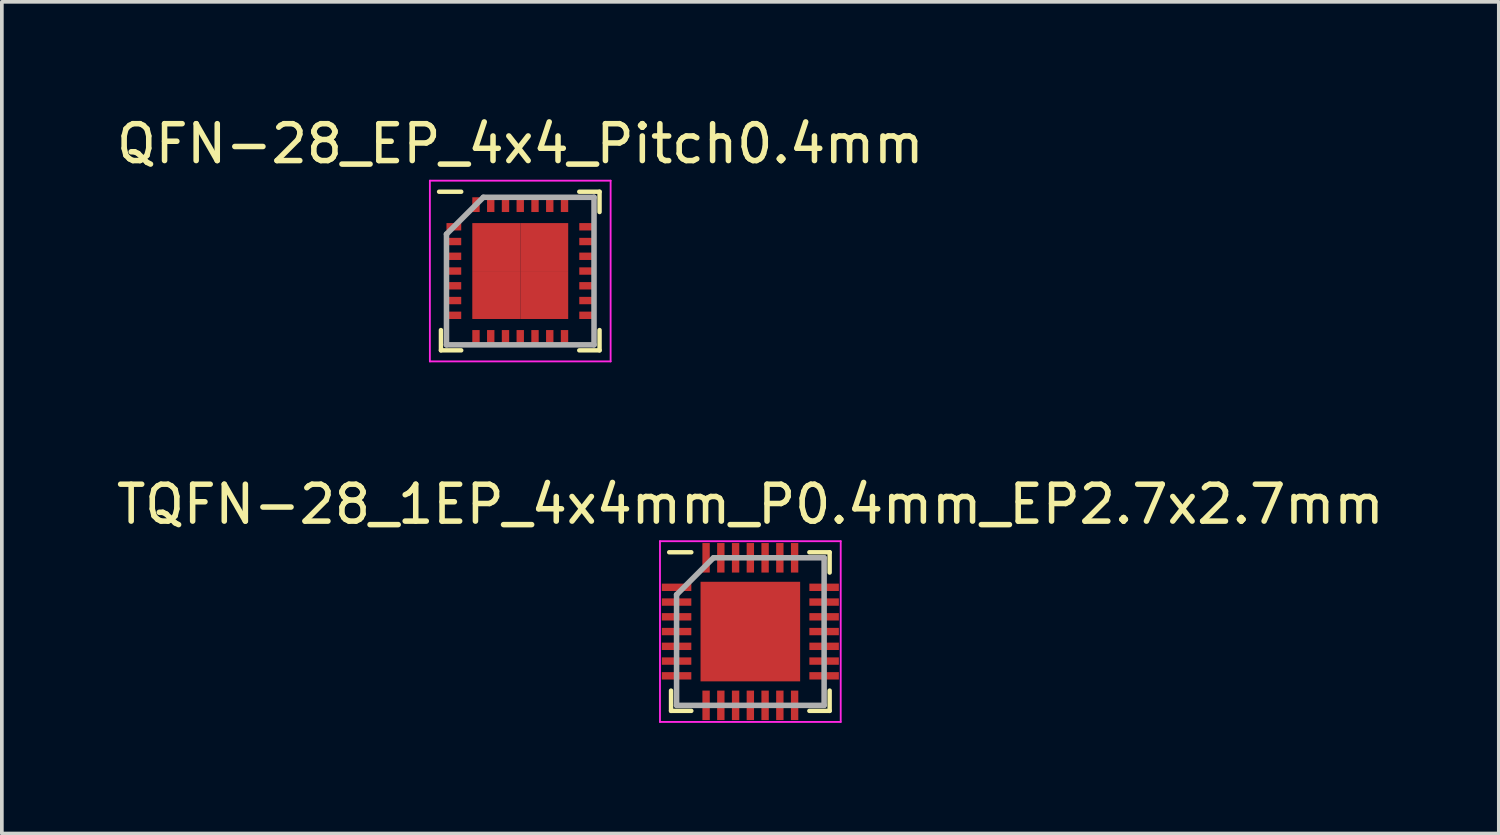
<source format=kicad_pcb>
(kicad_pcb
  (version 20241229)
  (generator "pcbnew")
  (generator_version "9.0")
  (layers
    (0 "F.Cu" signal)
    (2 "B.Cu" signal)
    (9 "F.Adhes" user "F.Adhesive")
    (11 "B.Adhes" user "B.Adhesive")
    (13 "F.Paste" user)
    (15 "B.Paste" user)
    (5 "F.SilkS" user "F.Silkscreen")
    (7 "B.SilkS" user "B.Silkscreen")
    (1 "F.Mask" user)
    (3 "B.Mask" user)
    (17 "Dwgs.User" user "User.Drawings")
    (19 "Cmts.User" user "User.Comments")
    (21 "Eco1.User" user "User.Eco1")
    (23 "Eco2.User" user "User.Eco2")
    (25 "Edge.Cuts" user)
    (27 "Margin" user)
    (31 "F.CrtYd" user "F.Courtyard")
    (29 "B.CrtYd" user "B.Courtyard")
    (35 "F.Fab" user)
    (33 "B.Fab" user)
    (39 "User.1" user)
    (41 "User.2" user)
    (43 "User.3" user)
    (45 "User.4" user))
  (footprint "QFN-28_EP_4x4_Pitch0.4mm"
    (layer "F.Cu")
    (at 11.054 4.298)
    (property "Reference" "QFN-28_EP_4x4_Pitch0.4mm" (at 0 -3.45 0) (layer "F.SilkS") (effects (font (size 1 1) (thickness 0.15))))
    (attr smd)
    (fp_line (start -2.15 2.15) (end -2.15 1.6) (stroke (width 0.12) (type solid)) (layer "F.SilkS"))
    (fp_line (start -1.6 -2.15) (end -2.2 -2.15) (stroke (width 0.12) (type solid)) (layer "F.SilkS"))
    (fp_line (start -1.6 2.15) (end -2.15 2.15) (stroke (width 0.12) (type solid)) (layer "F.SilkS"))
    (fp_line (start 1.6 -2.15) (end 2.15 -2.15) (stroke (width 0.12) (type solid)) (layer "F.SilkS"))
    (fp_line (start 1.6 2.15) (end 2.15 2.15) (stroke (width 0.12) (type solid)) (layer "F.SilkS"))
    (fp_line (start 2.15 -2.15) (end 2.15 -1.6) (stroke (width 0.12) (type solid)) (layer "F.SilkS"))
    (fp_line (start 2.15 2.15) (end 2.15 1.6) (stroke (width 0.12) (type solid)) (layer "F.SilkS"))
    (fp_line (start -2.45 -2.45) (end 2.45 -2.45) (stroke (width 0.05) (type solid)) (layer "F.CrtYd"))
    (fp_line (start -2.45 2.45) (end -2.45 -2.45) (stroke (width 0.05) (type solid)) (layer "F.CrtYd"))
    (fp_line (start 2.45 -2.45) (end 2.45 2.45) (stroke (width 0.05) (type solid)) (layer "F.CrtYd"))
    (fp_line (start 2.45 2.45) (end -2.45 2.45) (stroke (width 0.05) (type solid)) (layer "F.CrtYd"))
    (fp_line (start -2 -1) (end -2 2) (stroke (width 0.15) (type solid)) (layer "F.Fab"))
    (fp_line (start -2 2) (end 2 2) (stroke (width 0.15) (type solid)) (layer "F.Fab"))
    (fp_line (start -1 -2) (end -2 -1) (stroke (width 0.15) (type solid)) (layer "F.Fab"))
    (fp_line (start 2 -2) (end -1 -2) (stroke (width 0.15) (type solid)) (layer "F.Fab"))
    (fp_line (start 2 2) (end 2 -2) (stroke (width 0.15) (type solid)) (layer "F.Fab"))
    (pad "1" smd rect (at -1.8 -1.2 90) (size 0.2 0.4) (layers "F.Cu" "F.Mask" "F.Paste"))
    (pad "2" smd rect (at -1.8 -0.8 90) (size 0.2 0.4) (layers "F.Cu" "F.Mask" "F.Paste"))
    (pad "3" smd rect (at -1.8 -0.4 90) (size 0.2 0.4) (layers "F.Cu" "F.Mask" "F.Paste"))
    (pad "4" smd rect (at -1.8 0 90) (size 0.2 0.4) (layers "F.Cu" "F.Mask" "F.Paste"))
    (pad "5" smd rect (at -1.8 0.4 90) (size 0.2 0.4) (layers "F.Cu" "F.Mask" "F.Paste"))
    (pad "6" smd rect (at -1.8 0.8 90) (size 0.2 0.4) (layers "F.Cu" "F.Mask" "F.Paste"))
    (pad "7" smd rect (at -1.8 1.2 90) (size 0.2 0.4) (layers "F.Cu" "F.Mask" "F.Paste"))
    (pad "8" smd rect (at -1.2 1.8) (size 0.2 0.4) (layers "F.Cu" "F.Mask" "F.Paste"))
    (pad "9" smd rect (at -0.8 1.8) (size 0.2 0.4) (layers "F.Cu" "F.Mask" "F.Paste"))
    (pad "10" smd rect (at -0.4 1.8) (size 0.2 0.4) (layers "F.Cu" "F.Mask" "F.Paste"))
    (pad "11" smd rect (at 0 1.8) (size 0.2 0.4) (layers "F.Cu" "F.Mask" "F.Paste"))
    (pad "12" smd rect (at 0.4 1.8) (size 0.2 0.4) (layers "F.Cu" "F.Mask" "F.Paste"))
    (pad "13" smd rect (at 0.8 1.8) (size 0.2 0.4) (layers "F.Cu" "F.Mask" "F.Paste"))
    (pad "14" smd rect (at 1.2 1.8) (size 0.2 0.4) (layers "F.Cu" "F.Mask" "F.Paste"))
    (pad "15" smd rect (at 1.8 1.2 90) (size 0.2 0.4) (layers "F.Cu" "F.Mask" "F.Paste"))
    (pad "16" smd rect (at 1.8 0.8 90) (size 0.2 0.4) (layers "F.Cu" "F.Mask" "F.Paste"))
    (pad "17" smd rect (at 1.8 0.4 90) (size 0.2 0.4) (layers "F.Cu" "F.Mask" "F.Paste"))
    (pad "18" smd rect (at 1.8 0 90) (size 0.2 0.4) (layers "F.Cu" "F.Mask" "F.Paste"))
    (pad "19" smd rect (at 1.8 -0.4 90) (size 0.2 0.4) (layers "F.Cu" "F.Mask" "F.Paste"))
    (pad "20" smd rect (at 1.8 -0.8 90) (size 0.2 0.4) (layers "F.Cu" "F.Mask" "F.Paste"))
    (pad "21" smd rect (at 1.8 -1.2 90) (size 0.2 0.4) (layers "F.Cu" "F.Mask" "F.Paste"))
    (pad "22" smd rect (at 1.2 -1.8) (size 0.2 0.4) (layers "F.Cu" "F.Mask" "F.Paste"))
    (pad "23" smd rect (at 0.8 -1.8) (size 0.2 0.4) (layers "F.Cu" "F.Mask" "F.Paste"))
    (pad "24" smd rect (at 0.4 -1.8) (size 0.2 0.4) (layers "F.Cu" "F.Mask" "F.Paste"))
    (pad "25" smd rect (at 0 -1.8) (size 0.2 0.4) (layers "F.Cu" "F.Mask" "F.Paste"))
    (pad "26" smd rect (at -0.4 -1.8) (size 0.2 0.4) (layers "F.Cu" "F.Mask" "F.Paste"))
    (pad "27" smd rect (at -0.8 -1.8) (size 0.2 0.4) (layers "F.Cu" "F.Mask" "F.Paste"))
    (pad "28" smd rect (at -1.2 -1.8) (size 0.2 0.4) (layers "F.Cu" "F.Mask" "F.Paste"))
    (pad "29" smd rect (at -0.65 -0.65) (size 1.3 1.3) (layers "F.Cu" "F.Mask" "F.Paste"))
    (pad "29" smd rect (at -0.65 0.65) (size 1.3 1.3) (layers "F.Cu" "F.Mask" "F.Paste"))
    (pad "29" smd rect (at 0.65 -0.65) (size 1.3 1.3) (layers "F.Cu" "F.Mask" "F.Paste"))
    (pad "29" smd rect (at 0.65 0.65) (size 1.3 1.3) (layers "F.Cu" "F.Mask" "F.Paste")))
  (footprint "TQFN-28_1EP_4x4mm_P0.4mm_EP2.7x2.7mm"
    (layer "F.Cu")
    (at 17.292 14.072)
    (property "Reference" "TQFN-28_1EP_4x4mm_P0.4mm_EP2.7x2.7mm" (at 0 -3.45 0) (layer "F.SilkS") (effects (font (size 1 1) (thickness 0.15))))
    (attr smd)
    (fp_line (start -2.15 2.15) (end -2.15 1.6) (stroke (width 0.12) (type solid)) (layer "F.SilkS"))
    (fp_line (start -1.6 -2.15) (end -2.2 -2.15) (stroke (width 0.12) (type solid)) (layer "F.SilkS"))
    (fp_line (start -1.6 2.15) (end -2.15 2.15) (stroke (width 0.12) (type solid)) (layer "F.SilkS"))
    (fp_line (start 1.6 -2.15) (end 2.15 -2.15) (stroke (width 0.12) (type solid)) (layer "F.SilkS"))
    (fp_line (start 1.6 2.15) (end 2.15 2.15) (stroke (width 0.12) (type solid)) (layer "F.SilkS"))
    (fp_line (start 2.15 -2.15) (end 2.15 -1.6) (stroke (width 0.12) (type solid)) (layer "F.SilkS"))
    (fp_line (start 2.15 2.15) (end 2.15 1.6) (stroke (width 0.12) (type solid)) (layer "F.SilkS"))
    (fp_line (start -2.45 -2.45) (end 2.45 -2.45) (stroke (width 0.05) (type solid)) (layer "F.CrtYd"))
    (fp_line (start -2.45 2.45) (end -2.45 -2.45) (stroke (width 0.05) (type solid)) (layer "F.CrtYd"))
    (fp_line (start 2.45 -2.45) (end 2.45 2.45) (stroke (width 0.05) (type solid)) (layer "F.CrtYd"))
    (fp_line (start 2.45 2.45) (end -2.45 2.45) (stroke (width 0.05) (type solid)) (layer "F.CrtYd"))
    (fp_line (start -2 -1) (end -2 2) (stroke (width 0.15) (type solid)) (layer "F.Fab"))
    (fp_line (start -2 2) (end 2 2) (stroke (width 0.15) (type solid)) (layer "F.Fab"))
    (fp_line (start -1 -2) (end -2 -1) (stroke (width 0.15) (type solid)) (layer "F.Fab"))
    (fp_line (start 2 -2) (end -1 -2) (stroke (width 0.15) (type solid)) (layer "F.Fab"))
    (fp_line (start 2 2) (end 2 -2) (stroke (width 0.15) (type solid)) (layer "F.Fab"))
    (pad "" smd roundrect (at -0.675 -0.675) (size 1.1 1.1) (layers "F.Paste") (roundrect_rratio 0.25))
    (pad "" smd roundrect (at -0.675 0.675) (size 1.1 1.1) (layers "F.Paste") (roundrect_rratio 0.25))
    (pad "" smd roundrect (at 0.675 -0.675) (size 1.1 1.1) (layers "F.Paste") (roundrect_rratio 0.25))
    (pad "" smd roundrect (at 0.675 0.675) (size 1.1 1.1) (layers "F.Paste") (roundrect_rratio 0.25))
    (pad "1" smd rect (at -2 -1.2 90) (size 0.2 0.8) (layers "F.Cu" "F.Mask" "F.Paste"))
    (pad "2" smd rect (at -2 -0.8 90) (size 0.2 0.8) (layers "F.Cu" "F.Mask" "F.Paste"))
    (pad "3" smd rect (at -2 -0.4 90) (size 0.2 0.8) (layers "F.Cu" "F.Mask" "F.Paste"))
    (pad "4" smd rect (at -2 0 90) (size 0.2 0.8) (layers "F.Cu" "F.Mask" "F.Paste"))
    (pad "5" smd rect (at -2 0.4 90) (size 0.2 0.8) (layers "F.Cu" "F.Mask" "F.Paste"))
    (pad "6" smd rect (at -2 0.8 90) (size 0.2 0.8) (layers "F.Cu" "F.Mask" "F.Paste"))
    (pad "7" smd rect (at -2 1.2 90) (size 0.2 0.8) (layers "F.Cu" "F.Mask" "F.Paste"))
    (pad "8" smd rect (at -1.2 2) (size 0.2 0.8) (layers "F.Cu" "F.Mask" "F.Paste"))
    (pad "9" smd rect (at -0.8 2) (size 0.2 0.8) (layers "F.Cu" "F.Mask" "F.Paste"))
    (pad "10" smd rect (at -0.4 2) (size 0.2 0.8) (layers "F.Cu" "F.Mask" "F.Paste"))
    (pad "11" smd rect (at 0 2) (size 0.2 0.8) (layers "F.Cu" "F.Mask" "F.Paste"))
    (pad "12" smd rect (at 0.4 2) (size 0.2 0.8) (layers "F.Cu" "F.Mask" "F.Paste"))
    (pad "13" smd rect (at 0.8 2) (size 0.2 0.8) (layers "F.Cu" "F.Mask" "F.Paste"))
    (pad "14" smd rect (at 1.2 2) (size 0.2 0.8) (layers "F.Cu" "F.Mask" "F.Paste"))
    (pad "15" smd rect (at 2 1.2 90) (size 0.2 0.8) (layers "F.Cu" "F.Mask" "F.Paste"))
    (pad "16" smd rect (at 2 0.8 90) (size 0.2 0.8) (layers "F.Cu" "F.Mask" "F.Paste"))
    (pad "17" smd rect (at 2 0.4 90) (size 0.2 0.8) (layers "F.Cu" "F.Mask" "F.Paste"))
    (pad "18" smd rect (at 2 0 90) (size 0.2 0.8) (layers "F.Cu" "F.Mask" "F.Paste"))
    (pad "19" smd rect (at 2 -0.4 90) (size 0.2 0.8) (layers "F.Cu" "F.Mask" "F.Paste"))
    (pad "20" smd rect (at 2 -0.8 90) (size 0.2 0.8) (layers "F.Cu" "F.Mask" "F.Paste"))
    (pad "21" smd rect (at 2 -1.2 90) (size 0.2 0.8) (layers "F.Cu" "F.Mask" "F.Paste"))
    (pad "22" smd rect (at 1.2 -2) (size 0.2 0.8) (layers "F.Cu" "F.Mask" "F.Paste"))
    (pad "23" smd rect (at 0.8 -2) (size 0.2 0.8) (layers "F.Cu" "F.Mask" "F.Paste"))
    (pad "24" smd rect (at 0.4 -2) (size 0.2 0.8) (layers "F.Cu" "F.Mask" "F.Paste"))
    (pad "25" smd rect (at 0 -2) (size 0.2 0.8) (layers "F.Cu" "F.Mask" "F.Paste"))
    (pad "26" smd rect (at -0.4 -2) (size 0.2 0.8) (layers "F.Cu" "F.Mask" "F.Paste"))
    (pad "27" smd rect (at -0.8 -2) (size 0.2 0.8) (layers "F.Cu" "F.Mask" "F.Paste"))
    (pad "28" smd rect (at -1.2 -2) (size 0.2 0.8) (layers "F.Cu" "F.Mask" "F.Paste"))
    (pad "29" smd rect (at 0 0) (size 2.7 2.7) (layers "F.Cu" "F.Mask")))
  (gr_rect
    (start -3 -3)
    (end 37.583 19.547)
    (stroke (width 0.1) (type default))
    (fill no)
    (layer "Edge.Cuts")))
</source>
